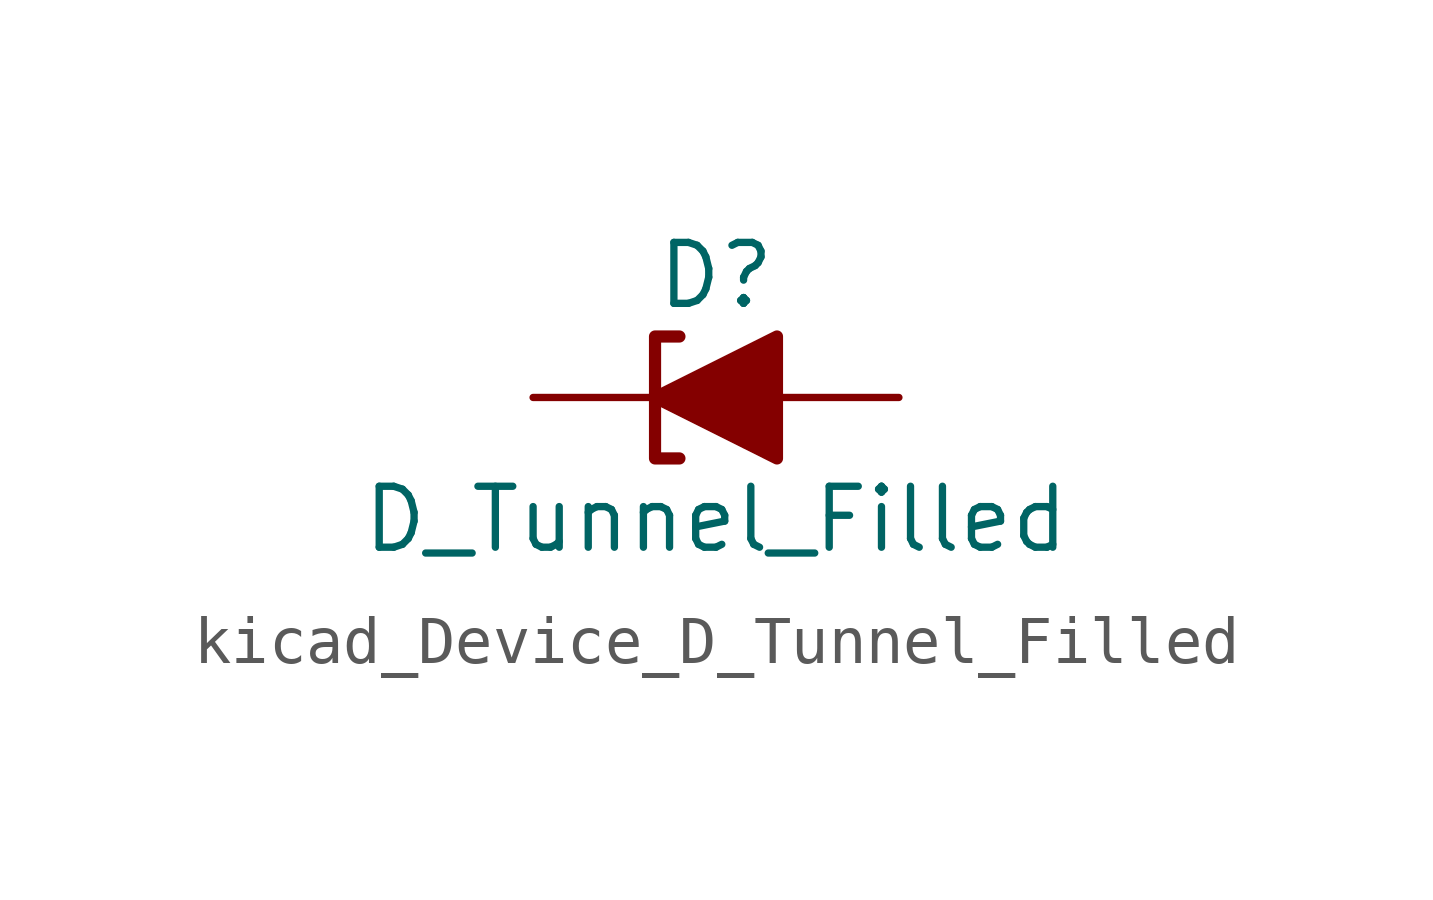
<source format=kicad_sym>
(kicad_symbol_lib
  (version 20220914)
  (generator kicad_symbol_editor)
  (symbol "kicad_Device_D_Tunnel_Filled"
    (pin_numbers hide)
    (pin_names
      (offset 1.016) hide)
    (property "Reference" "D"
      (at 0 2.54 0)
      (effects (font (size 1.27 1.27))))
    (property "Value" "D_Tunnel_Filled"
      (at 0 -2.54 0)
      (effects (font (size 1.27 1.27))))
    (symbol "kicad_Device_D_Tunnel_Filled_0_1"
      (polyline (pts (xy 1.27 0) (xy -1.27 0)) (stroke (width 0) (type default)) (fill (type none)))
      (polyline (pts (xy -0.762 1.27) (xy -1.27 1.27) (xy -1.27 -1.27) (xy -0.762 -1.27)) (stroke (width 0.254) (type default)) (fill (type none)))
      (polyline (pts (xy 1.27 -1.27) (xy 1.27 1.27) (xy -1.27 0) (xy 1.27 -1.27)) (stroke (width 0.254) (type default)) (fill (type outline))))
    (symbol "kicad_Device_D_Tunnel_Filled_1_1"
      (pin passive line (at -3.81 0 0) (length 2.54) (name "K" (effects (font (size 1.27 1.27)))) (number "1" (effects (font (size 1.27 1.27)))))
      (pin passive line (at 3.81 0 180) (length 2.54) (name "A" (effects (font (size 1.27 1.27)))) (number "2" (effects (font (size 1.27 1.27))))))))
</source>
